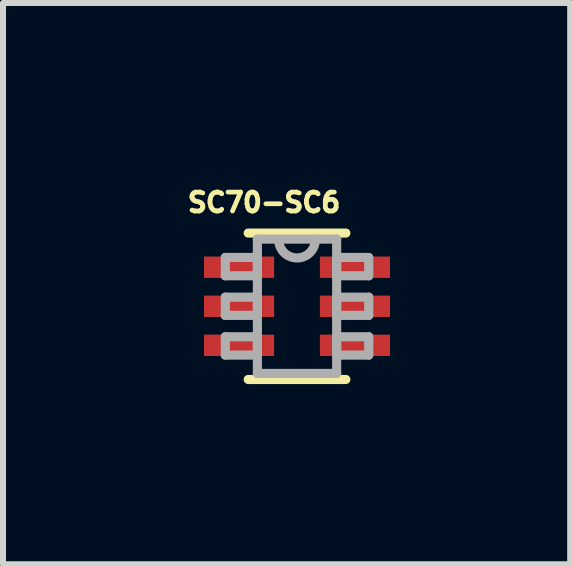
<source format=kicad_pcb>
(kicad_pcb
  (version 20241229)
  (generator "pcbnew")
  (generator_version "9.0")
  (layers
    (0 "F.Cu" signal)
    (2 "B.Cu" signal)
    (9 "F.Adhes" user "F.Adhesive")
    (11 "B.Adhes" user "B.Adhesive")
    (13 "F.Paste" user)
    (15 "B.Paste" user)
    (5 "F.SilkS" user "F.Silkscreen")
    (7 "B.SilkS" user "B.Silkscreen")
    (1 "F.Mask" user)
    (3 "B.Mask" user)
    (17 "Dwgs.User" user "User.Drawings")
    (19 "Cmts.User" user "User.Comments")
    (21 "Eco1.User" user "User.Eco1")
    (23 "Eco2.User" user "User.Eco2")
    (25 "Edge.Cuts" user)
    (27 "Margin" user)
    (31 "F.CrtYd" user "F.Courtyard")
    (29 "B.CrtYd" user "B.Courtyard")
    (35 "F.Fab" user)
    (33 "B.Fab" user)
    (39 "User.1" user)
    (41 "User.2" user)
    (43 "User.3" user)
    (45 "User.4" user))
  (footprint "SC70-SC6"
    (layer "F.Cu")
    (at 1.896 2.05)
    (property "Reference" "SC70-SC6" (at -0.549 -1.728 0) (layer "F.SilkS") (effects (font (size 0.315 0.315) (thickness 0.15))))
    (attr through_hole)
    (fp_line (start -0.813 1.219) (end 0.813 1.219) (stroke (width 0.152) (type solid)) (layer "F.SilkS"))
    (fp_line (start 0.813 -1.219) (end -0.813 -1.219) (stroke (width 0.152) (type solid)) (layer "F.SilkS"))
    (fp_line (start -1.194 -0.813) (end -1.194 -0.508) (stroke (width 0.152) (type solid)) (layer "F.Fab"))
    (fp_line (start -1.194 -0.508) (end -0.66 -0.508) (stroke (width 0.152) (type solid)) (layer "F.Fab"))
    (fp_line (start -1.194 -0.152) (end -1.194 0.152) (stroke (width 0.152) (type solid)) (layer "F.Fab"))
    (fp_line (start -1.194 0.152) (end -0.66 0.152) (stroke (width 0.152) (type solid)) (layer "F.Fab"))
    (fp_line (start -1.194 0.508) (end -1.194 0.813) (stroke (width 0.152) (type solid)) (layer "F.Fab"))
    (fp_line (start -1.194 0.813) (end -0.66 0.813) (stroke (width 0.152) (type solid)) (layer "F.Fab"))
    (fp_line (start -0.66 -1.118) (end -0.66 1.118) (stroke (width 0.152) (type solid)) (layer "F.Fab"))
    (fp_line (start -0.66 -0.813) (end -1.194 -0.813) (stroke (width 0.152) (type solid)) (layer "F.Fab"))
    (fp_line (start -0.66 -0.508) (end -0.66 -0.813) (stroke (width 0.152) (type solid)) (layer "F.Fab"))
    (fp_line (start -0.66 -0.152) (end -1.194 -0.152) (stroke (width 0.152) (type solid)) (layer "F.Fab"))
    (fp_line (start -0.66 0.152) (end -0.66 -0.152) (stroke (width 0.152) (type solid)) (layer "F.Fab"))
    (fp_line (start -0.66 0.508) (end -1.194 0.508) (stroke (width 0.152) (type solid)) (layer "F.Fab"))
    (fp_line (start -0.66 0.813) (end -0.66 0.508) (stroke (width 0.152) (type solid)) (layer "F.Fab"))
    (fp_line (start -0.66 1.118) (end 0.66 1.118) (stroke (width 0.152) (type solid)) (layer "F.Fab"))
    (fp_line (start 0.305 -1.118) (end -0.66 -1.118) (stroke (width 0.152) (type solid)) (layer "F.Fab"))
    (fp_line (start 0.66 -1.118) (end 0.305 -1.118) (stroke (width 0.152) (type solid)) (layer "F.Fab"))
    (fp_line (start 0.66 -0.813) (end 0.66 -0.508) (stroke (width 0.152) (type solid)) (layer "F.Fab"))
    (fp_line (start 0.66 -0.508) (end 1.194 -0.508) (stroke (width 0.152) (type solid)) (layer "F.Fab"))
    (fp_line (start 0.66 -0.152) (end 0.66 0.152) (stroke (width 0.152) (type solid)) (layer "F.Fab"))
    (fp_line (start 0.66 0.152) (end 1.194 0.152) (stroke (width 0.152) (type solid)) (layer "F.Fab"))
    (fp_line (start 0.66 0.508) (end 0.66 0.813) (stroke (width 0.152) (type solid)) (layer "F.Fab"))
    (fp_line (start 0.66 0.813) (end 1.194 0.813) (stroke (width 0.152) (type solid)) (layer "F.Fab"))
    (fp_line (start 0.66 1.118) (end 0.66 -1.118) (stroke (width 0.152) (type solid)) (layer "F.Fab"))
    (fp_line (start 1.194 -0.813) (end 0.66 -0.813) (stroke (width 0.152) (type solid)) (layer "F.Fab"))
    (fp_line (start 1.194 -0.508) (end 1.194 -0.813) (stroke (width 0.152) (type solid)) (layer "F.Fab"))
    (fp_line (start 1.194 -0.152) (end 0.66 -0.152) (stroke (width 0.152) (type solid)) (layer "F.Fab"))
    (fp_line (start 1.194 0.152) (end 1.194 -0.152) (stroke (width 0.152) (type solid)) (layer "F.Fab"))
    (fp_line (start 1.194 0.508) (end 0.66 0.508) (stroke (width 0.152) (type solid)) (layer "F.Fab"))
    (fp_line (start 1.194 0.813) (end 1.194 0.508) (stroke (width 0.152) (type solid)) (layer "F.Fab"))
    (fp_arc (start 0.3048 -1.1176) (mid 0.0127 -0.8001) (end -0.3048 -1.0922) (stroke (width 0.1524) (type solid)) (layer "F.Fab"))
    (pad "1" smd rect (at -0.965 -0.65) (size 1.168 0.356) (layers "F.Cu" "F.Mask" "F.Paste"))
    (pad "2" smd rect (at -0.965 0) (size 1.168 0.356) (layers "F.Cu" "F.Mask" "F.Paste"))
    (pad "3" smd rect (at -0.965 0.65) (size 1.168 0.356) (layers "F.Cu" "F.Mask" "F.Paste"))
    (pad "4" smd rect (at 0.965 0.65) (size 1.168 0.356) (layers "F.Cu" "F.Mask" "F.Paste"))
    (pad "5" smd rect (at 0.965 0) (size 1.168 0.356) (layers "F.Cu" "F.Mask" "F.Paste"))
    (pad "6" smd rect (at 0.965 -0.65) (size 1.168 0.356) (layers "F.Cu" "F.Mask" "F.Paste")))
  (gr_rect
    (start -3 -3)
    (end 6.445 6.346)
    (stroke (width 0.1) (type default))
    (fill no)
    (layer "Edge.Cuts")))
</source>
